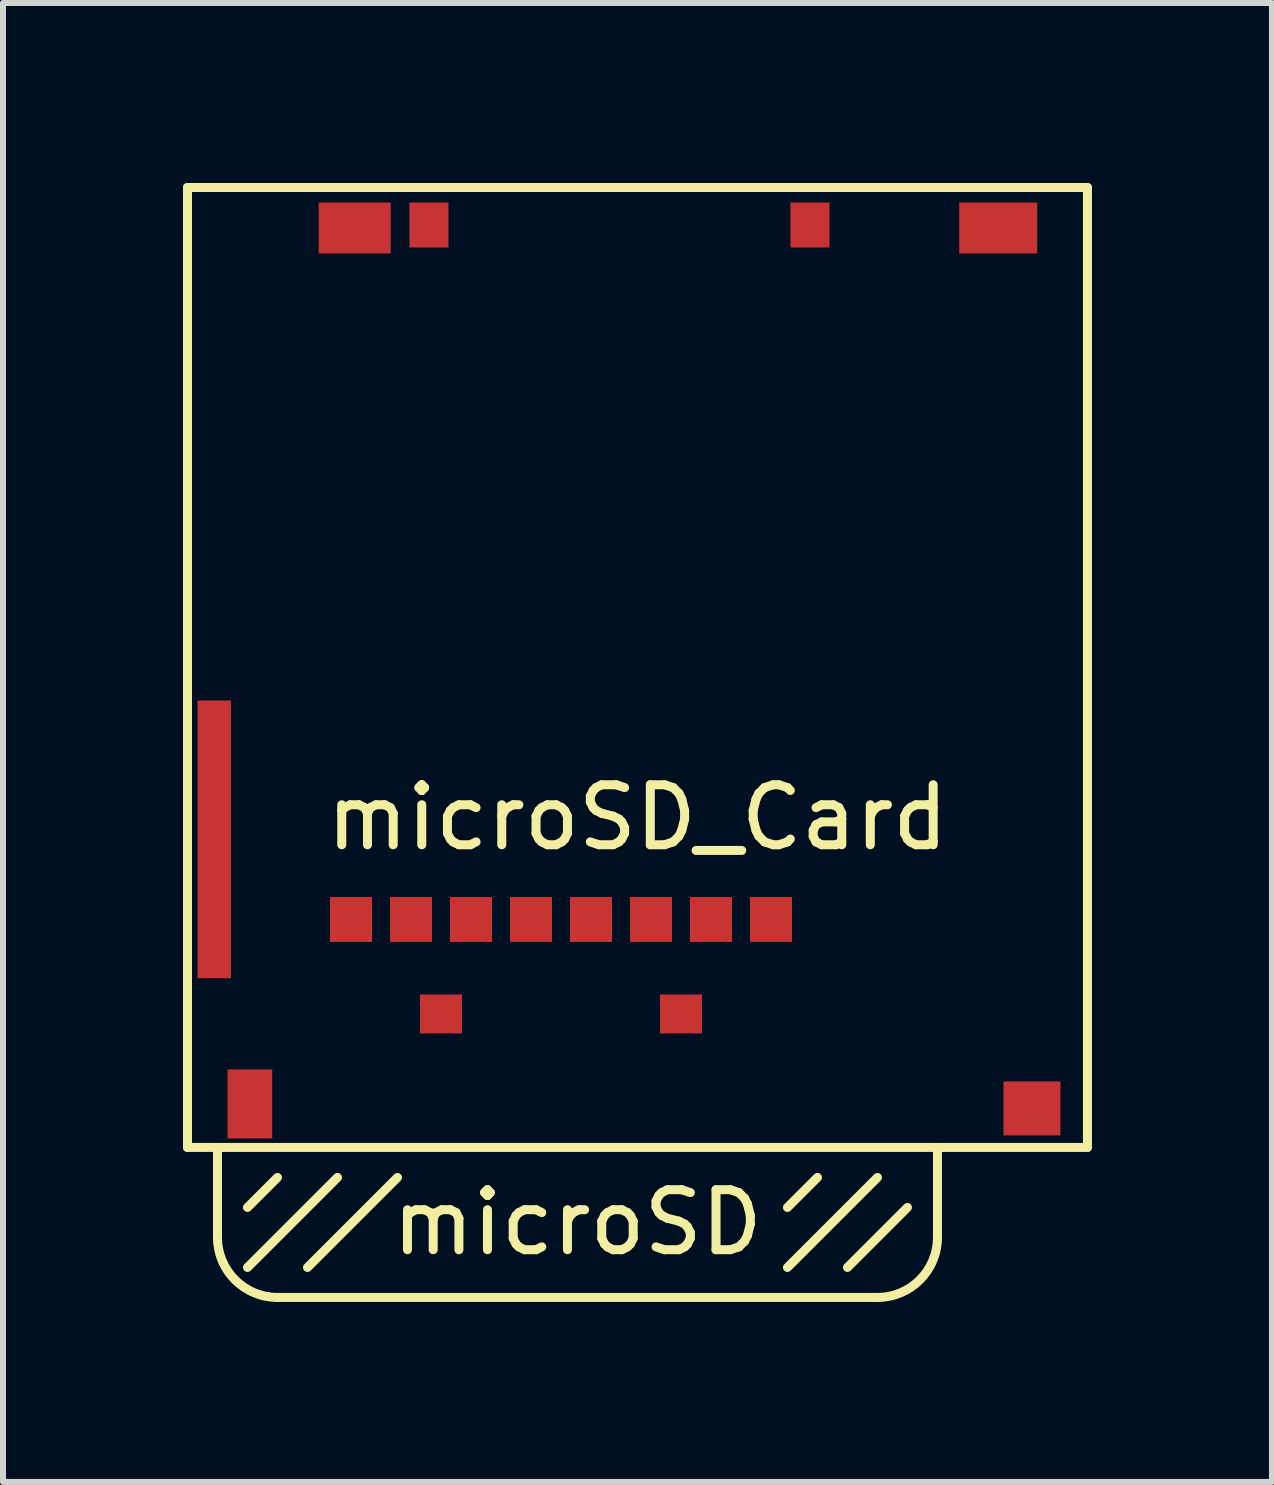
<source format=kicad_pcb>
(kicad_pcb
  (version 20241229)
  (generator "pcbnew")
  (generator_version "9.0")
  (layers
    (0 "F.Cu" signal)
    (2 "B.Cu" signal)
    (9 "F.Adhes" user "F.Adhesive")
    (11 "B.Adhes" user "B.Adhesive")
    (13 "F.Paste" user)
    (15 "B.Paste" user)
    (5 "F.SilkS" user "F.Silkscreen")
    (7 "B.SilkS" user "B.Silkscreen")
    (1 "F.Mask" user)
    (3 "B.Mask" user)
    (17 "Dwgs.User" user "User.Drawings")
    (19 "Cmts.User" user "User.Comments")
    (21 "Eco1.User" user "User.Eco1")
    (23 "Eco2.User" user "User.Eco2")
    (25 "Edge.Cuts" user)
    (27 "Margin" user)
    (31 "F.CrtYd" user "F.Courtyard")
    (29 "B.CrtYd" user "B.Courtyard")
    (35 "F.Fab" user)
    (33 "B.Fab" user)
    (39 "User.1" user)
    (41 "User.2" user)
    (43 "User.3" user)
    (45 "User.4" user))
  (footprint "microSD_Card"
    (layer "F.Cu")
    (at 7.575 0.575)
    (property "Reference" "microSD_Card" (at 0 10 0) (layer "F.SilkS") (effects (font (size 1 1) (thickness 0.15))))
    (attr through_hole)
    (fp_line (start -7.5 -0.5) (end -7.5 15.5) (stroke (width 0.15) (type solid)) (layer "F.SilkS"))
    (fp_line (start -7.5 15.5) (end 7.5 15.5) (stroke (width 0.15) (type solid)) (layer "F.SilkS"))
    (fp_line (start -7 17) (end -7 15.5) (stroke (width 0.15) (type solid)) (layer "F.SilkS"))
    (fp_line (start -6.5 16.5) (end -6 16) (stroke (width 0.15) (type solid)) (layer "F.SilkS"))
    (fp_line (start -6.5 17.5) (end -5 16) (stroke (width 0.15) (type solid)) (layer "F.SilkS"))
    (fp_line (start -6 18) (end 4 18) (stroke (width 0.15) (type solid)) (layer "F.SilkS"))
    (fp_line (start -5.5 17.5) (end -4 16) (stroke (width 0.15) (type solid)) (layer "F.SilkS"))
    (fp_line (start 2.5 16.5) (end 3 16) (stroke (width 0.15) (type solid)) (layer "F.SilkS"))
    (fp_line (start 3.5 17.5) (end 4.5 16.5) (stroke (width 0.15) (type solid)) (layer "F.SilkS"))
    (fp_line (start 4 16) (end 2.5 17.5) (stroke (width 0.15) (type solid)) (layer "F.SilkS"))
    (fp_line (start 5 17) (end 5 15.5) (stroke (width 0.15) (type solid)) (layer "F.SilkS"))
    (fp_line (start 7.5 -0.5) (end -7.5 -0.5) (stroke (width 0.15) (type solid)) (layer "F.SilkS"))
    (fp_line (start 7.5 15.5) (end 7.5 -0.5) (stroke (width 0.15) (type solid)) (layer "F.SilkS"))
    (fp_arc (start -6 18) (mid -6.707107 17.707107) (end -7 17) (stroke (width 0.15) (type solid)) (layer "F.SilkS"))
    (fp_arc (start 5 17) (mid 4.707107 17.707107) (end 4 18) (stroke (width 0.15) (type solid)) (layer "F.SilkS"))
    (fp_line (start -6 4) (end -6 9) (stroke (width 0.15) (type solid)) (layer "Eco1.User"))
    (fp_line (start -6 9) (end 3 9) (stroke (width 0.15) (type solid)) (layer "Eco1.User"))
    (fp_line (start -2.5 1) (end -2.5 2.5) (stroke (width 0.15) (type solid)) (layer "Eco1.User"))
    (fp_line (start -2.5 2.5) (end 1 2.5) (stroke (width 0.15) (type solid)) (layer "Eco1.User"))
    (fp_line (start -1.5 0) (end -1.5 1) (stroke (width 0.15) (type solid)) (layer "Eco1.User"))
    (fp_line (start -1.5 1) (end -2.5 1) (stroke (width 0.15) (type solid)) (layer "Eco1.User"))
    (fp_line (start 1 0) (end -1.5 0) (stroke (width 0.15) (type solid)) (layer "Eco1.User"))
    (fp_line (start 1 2.5) (end 1 0) (stroke (width 0.15) (type solid)) (layer "Eco1.User"))
    (fp_line (start 3 4) (end -6 4) (stroke (width 0.15) (type solid)) (layer "Eco1.User"))
    (fp_line (start 3 4) (end 3 9) (stroke (width 0.15) (type solid)) (layer "Eco1.User"))
    (fp_text user "microSD" (at -1 16.75 0) (layer "F.SilkS") (effects (font (size 1 1) (thickness 0.15))))
    (fp_text user "Keep Out" (at -1.5 6.5 0) (layer "Eco1.User") (effects (font (size 1 1) (thickness 0.15))))
    (fp_text user "Keep Out" (at -0.5 1.5 0) (layer "Eco1.User") (effects (font (size 0.25 0.25) (thickness 0.062))))
    (pad "CD" smd rect (at -4.713 0.175) (size 1.2 0.85) (layers "F.Cu" "F.Mask" "F.Paste"))
    (pad "CLK" smd rect (at -1.775 11.7) (size 0.7 0.75) (layers "F.Cu" "F.Mask" "F.Paste"))
    (pad "CMD" smd rect (at 0.225 11.7) (size 0.7 0.75) (layers "F.Cu" "F.Mask" "F.Paste"))
    (pad "DAT0" smd rect (at -3.775 11.7) (size 0.7 0.75) (layers "F.Cu" "F.Mask" "F.Paste"))
    (pad "DAT1" smd rect (at -4.775 11.7) (size 0.7 0.75) (layers "F.Cu" "F.Mask" "F.Paste"))
    (pad "DAT2" smd rect (at 2.225 11.7) (size 0.7 0.75) (layers "F.Cu" "F.Mask" "F.Paste"))
    (pad "DAT3" smd rect (at 1.225 11.7) (size 0.7 0.75) (layers "F.Cu" "F.Mask" "F.Paste"))
    (pad "GND" smd rect (at -7.054 10.365) (size 0.557 4.63) (layers "F.Cu" "F.Mask" "F.Paste"))
    (pad "GND" smd rect (at -6.46 14.775) (size 0.745 1.15) (layers "F.Cu" "F.Mask" "F.Paste"))
    (pad "GND" smd rect (at -3.475 0.125) (size 0.65 0.75) (layers "F.Cu" "F.Mask" "F.Paste"))
    (pad "GND" smd rect (at -3.275 13.275) (size 0.7 0.65) (layers "F.Cu" "F.Mask" "F.Paste"))
    (pad "GND" smd rect (at 0.725 13.275) (size 0.7 0.65) (layers "F.Cu" "F.Mask" "F.Paste"))
    (pad "GND" smd rect (at 2.875 0.125) (size 0.65 0.75) (layers "F.Cu" "F.Mask" "F.Paste"))
    (pad "GND" smd rect (at 6.575 14.85) (size 0.95 0.9) (layers "F.Cu" "F.Mask" "F.Paste"))
    (pad "Lock" smd rect (at 6.013 0.175) (size 1.3 0.85) (layers "F.Cu" "F.Mask" "F.Paste"))
    (pad "VDD" smd rect (at -0.775 11.7) (size 0.7 0.75) (layers "F.Cu" "F.Mask" "F.Paste"))
    (pad "VSS" smd rect (at -2.775 11.7) (size 0.7 0.75) (layers "F.Cu" "F.Mask" "F.Paste")))
  (gr_rect
    (start -3 -3)
    (end 18.15 21.65)
    (stroke (width 0.1) (type default))
    (fill no)
    (layer "Edge.Cuts")))
</source>
